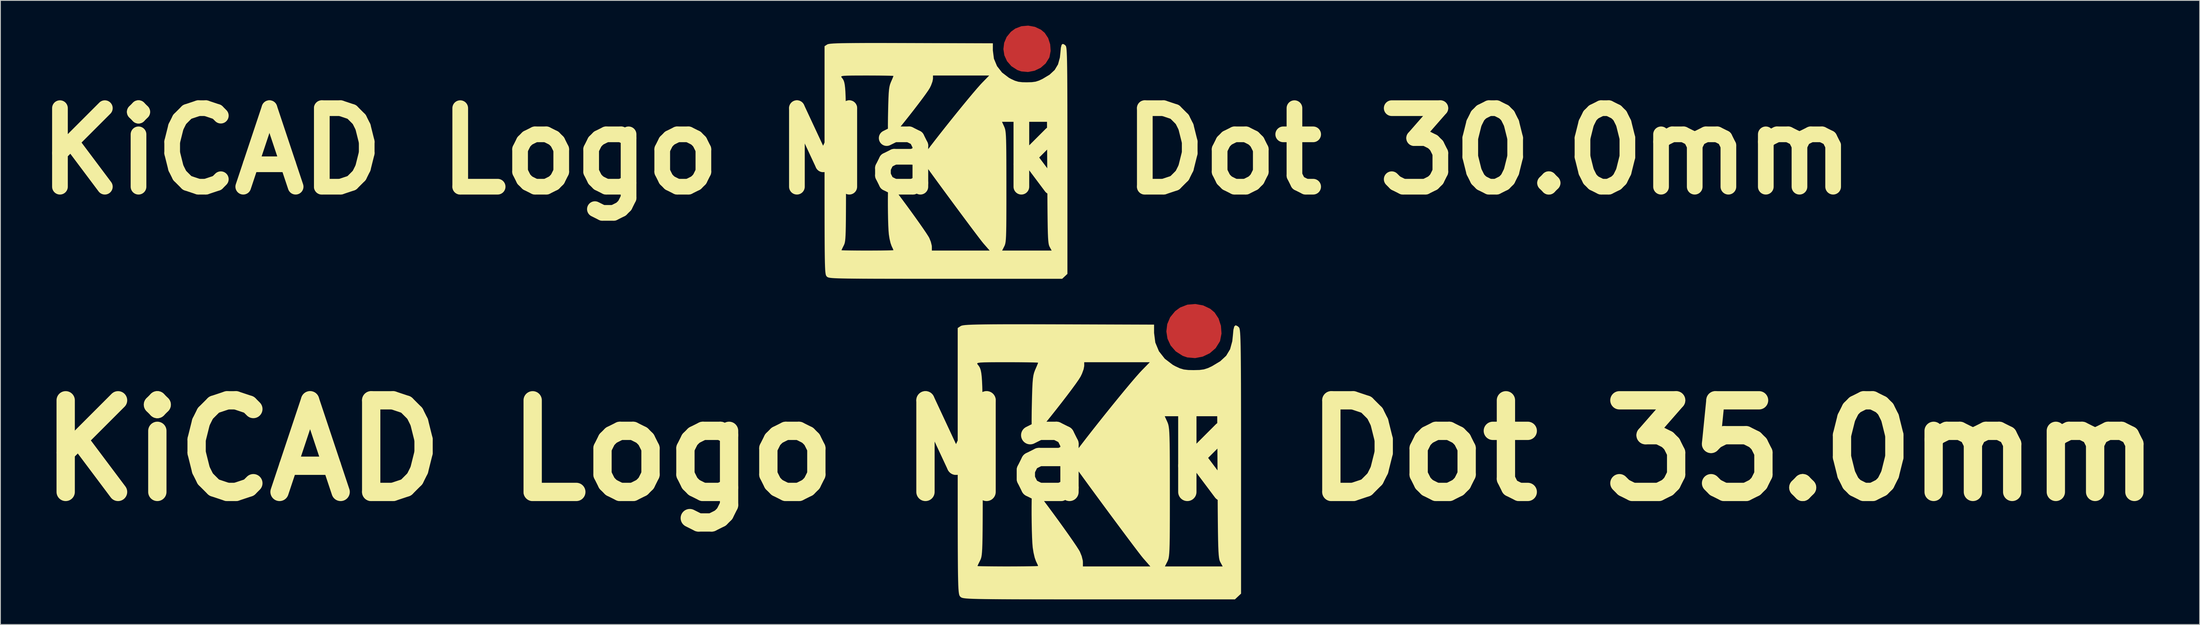
<source format=kicad_pcb>
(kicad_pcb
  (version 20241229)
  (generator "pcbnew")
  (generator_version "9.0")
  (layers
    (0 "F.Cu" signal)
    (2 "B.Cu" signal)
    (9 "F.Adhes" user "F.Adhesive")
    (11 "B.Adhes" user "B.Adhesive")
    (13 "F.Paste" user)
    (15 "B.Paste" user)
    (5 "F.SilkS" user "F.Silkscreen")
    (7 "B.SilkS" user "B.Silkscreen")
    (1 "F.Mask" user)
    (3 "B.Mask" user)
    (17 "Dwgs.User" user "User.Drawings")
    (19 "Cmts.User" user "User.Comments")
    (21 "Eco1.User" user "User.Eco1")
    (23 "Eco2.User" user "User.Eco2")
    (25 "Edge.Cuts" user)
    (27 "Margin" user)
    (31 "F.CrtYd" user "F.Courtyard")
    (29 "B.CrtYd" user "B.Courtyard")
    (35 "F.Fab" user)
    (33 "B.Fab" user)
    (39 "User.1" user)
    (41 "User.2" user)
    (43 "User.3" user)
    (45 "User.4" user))
  (footprint "KiCAD Logo Mask Dot 30.0mm"
    (layer "F.Cu")
    (at 109.872 14.991)
    (property "Reference" "KiCAD Logo Mask Dot 30.0mm" (at 0 0 180) (layer "F.SilkS") (effects (font (size 9.372 9.372) (thickness 1.872))))
    (attr board_only exclude_from_pos_files exclude_from_bom)
    (fp_poly (pts (xy 10.546 -14.838) (xy 11.273 -14.492) (xy 11.713 -14.12) (xy 12.122 -13.502) (xy 12.364 -12.753) (xy 12.422 -11.966) (xy 12.28 -11.231) (xy 12.244 -11.139) (xy 11.822 -10.467) (xy 11.222 -9.946) (xy 10.5 -9.6) (xy 9.715 -9.45) (xy 8.923 -9.518) (xy 8.451 -9.681) (xy 7.734 -10.143) (xy 7.214 -10.743) (xy 6.896 -11.436) (xy 6.781 -12.178) (xy 6.871 -12.924) (xy 7.169 -13.629) (xy 7.677 -14.248) (xy 8.192 -14.627) (xy 8.936 -14.916) (xy 9.744 -14.983)) (stroke (width 0) (type solid)) (fill yes) (layer "F.Cu"))
    (fp_poly (pts (xy 10.517 -14.846) (xy 11.244 -14.499) (xy 11.684 -14.128) (xy 12.093 -13.51) (xy 12.335 -12.761) (xy 12.393 -11.974) (xy 12.251 -11.239) (xy 12.215 -11.147) (xy 11.793 -10.475) (xy 11.193 -9.954) (xy 10.471 -9.608) (xy 9.686 -9.458) (xy 8.894 -9.526) (xy 8.423 -9.689) (xy 7.705 -10.151) (xy 7.186 -10.751) (xy 6.867 -11.444) (xy 6.752 -12.186) (xy 6.842 -12.932) (xy 7.14 -13.637) (xy 7.648 -14.256) (xy 8.163 -14.635) (xy 8.907 -14.924) (xy 9.715 -14.991)) (stroke (width 0) (type solid)) (fill yes) (layer "F.Mask"))
    (fp_poly (pts (xy -7.052 -12.909) (xy -5.317 -12.905) (xy -4.207 -12.902) (xy 5.525 -12.875) (xy 5.525 -12.026) (xy 5.652 -11.038) (xy 6.022 -10.15) (xy 6.623 -9.383) (xy 7.441 -8.76) (xy 7.711 -8.612) (xy 8.163 -8.404) (xy 8.566 -8.285) (xy 9.031 -8.231) (xy 9.568 -8.22) (xy 10.175 -8.236) (xy 10.626 -8.296) (xy 11.032 -8.427) (xy 11.442 -8.618) (xy 12.289 -9.125) (xy 12.898 -9.69) (xy 13.299 -10.358) (xy 13.522 -11.172) (xy 13.584 -11.758) (xy 13.639 -12.35) (xy 13.728 -12.693) (xy 13.866 -12.808) (xy 14.07 -12.716) (xy 14.208 -12.591) (xy 14.243 -12.535) (xy 14.273 -12.434) (xy 14.301 -12.269) (xy 14.324 -12.028) (xy 14.344 -11.693) (xy 14.362 -11.249) (xy 14.376 -10.681) (xy 14.388 -9.974) (xy 14.398 -9.112) (xy 14.405 -8.08) (xy 14.411 -6.861) (xy 14.415 -5.442) (xy 14.417 -3.805) (xy 14.419 -1.937) (xy 14.42 0.18) (xy 14.42 1.132) (xy 14.42 14.642) (xy 14.108 14.935) (xy 13.796 15.228) (xy -0.11 15.228) (xy -2.349 15.228) (xy -4.335 15.228) (xy -6.082 15.226) (xy -7.606 15.224) (xy -8.924 15.221) (xy -10.05 15.216) (xy -11 15.209) (xy -11.79 15.201) (xy -12.435 15.189) (xy -12.952 15.175) (xy -13.355 15.158) (xy -13.66 15.138) (xy -13.884 15.114) (xy -14.041 15.086) (xy -14.146 15.053) (xy -14.217 15.017) (xy -14.268 14.975) (xy -14.285 14.959) (xy -14.329 14.91) (xy -14.367 14.848) (xy -14.402 14.756) (xy -14.431 14.618) (xy -14.457 14.418) (xy -14.479 14.142) (xy -14.497 13.772) (xy -14.512 13.293) (xy -14.524 12.69) (xy -14.534 11.946) (xy -14.541 11.046) (xy -14.546 9.973) (xy -14.55 8.713) (xy -14.552 7.25) (xy -14.554 5.567) (xy -14.554 3.648) (xy -14.554 1.479) (xy -14.554 1.081) (xy -14.554 -8.867) (xy -12.561 -8.867) (xy -12.512 -8.793) (xy -12.413 -8.669) (xy -12.328 -8.539) (xy -12.254 -8.383) (xy -12.193 -8.182) (xy -12.142 -7.915) (xy -12.1 -7.564) (xy -12.067 -7.108) (xy -12.042 -6.529) (xy -12.023 -5.806) (xy -12.01 -4.92) (xy -12.002 -3.851) (xy -11.997 -2.579) (xy -11.995 -1.086) (xy -11.994 0.649) (xy -11.994 1.46) (xy -11.994 3.267) (xy -11.995 4.823) (xy -11.997 6.15) (xy -12.002 7.267) (xy -12.008 8.194) (xy -12.018 8.951) (xy -12.031 9.557) (xy -12.048 10.033) (xy -12.07 10.398) (xy -12.097 10.673) (xy -12.13 10.876) (xy -12.169 11.029) (xy -12.214 11.15) (xy -12.263 11.253) (xy -12.427 11.581) (xy -12.522 11.789) (xy -12.533 11.82) (xy -12.404 11.831) (xy -12.044 11.841) (xy -11.489 11.849) (xy -10.778 11.855) (xy -9.948 11.859) (xy -9.433 11.859) (xy -8.552 11.857) (xy -7.768 11.852) (xy -7.119 11.843) (xy -6.643 11.833) (xy -6.377 11.82) (xy -6.334 11.812) (xy -6.388 11.673) (xy -6.521 11.391) (xy -6.553 11.326) (xy -6.681 10.965) (xy -6.802 10.449) (xy -6.884 9.924) (xy -6.921 9.478) (xy -6.952 8.871) (xy -6.975 8.15) (xy -6.99 7.36) (xy -6.998 6.548) (xy -6.999 5.759) (xy -6.991 5.039) (xy -6.976 4.434) (xy -6.952 3.99) (xy -6.92 3.753) (xy -6.907 3.727) (xy -6.803 3.813) (xy -6.569 4.089) (xy -6.226 4.52) (xy -5.8 5.077) (xy -5.313 5.726) (xy -4.788 6.435) (xy -4.249 7.173) (xy -3.72 7.907) (xy -3.224 8.605) (xy -2.784 9.236) (xy -2.424 9.766) (xy -2.168 10.165) (xy -2.059 10.355) (xy -1.874 10.812) (xy -1.765 11.258) (xy -1.752 11.41) (xy -1.752 11.859) (xy 1.696 11.859) (xy 5.144 11.859) (xy 4.407 11.017) (xy 4.216 10.782) (xy 3.889 10.358) (xy 3.446 9.774) (xy 2.909 9.061) (xy 2.3 8.245) (xy 1.64 7.358) (xy 0.951 6.428) (xy 0.254 5.484) (xy -0.429 4.556) (xy -1.077 3.672) (xy -1.668 2.862) (xy -2.18 2.155) (xy -2.593 1.581) (xy -2.884 1.167) (xy -3.02 0.963) (xy -2.959 0.828) (xy -2.747 0.513) (xy -2.404 0.042) (xy -1.952 -0.559) (xy -1.41 -1.263) (xy -0.8 -2.044) (xy -0.143 -2.876) (xy 0.357 -3.504) (xy 6.617 -3.504) (xy 6.877 -2.931) (xy 6.936 -2.788) (xy 6.986 -2.627) (xy 7.026 -2.424) (xy 7.059 -2.154) (xy 7.085 -1.794) (xy 7.104 -1.319) (xy 7.118 -0.705) (xy 7.128 0.072) (xy 7.134 1.036) (xy 7.137 2.212) (xy 7.139 3.624) (xy 7.139 4.25) (xy 7.14 5.761) (xy 7.138 7.027) (xy 7.134 8.071) (xy 7.127 8.917) (xy 7.115 9.589) (xy 7.099 10.112) (xy 7.076 10.508) (xy 7.047 10.803) (xy 7.01 11.019) (xy 6.965 11.181) (xy 6.91 11.313) (xy 6.887 11.359) (xy 6.632 11.859) (xy 9.586 11.859) (xy 12.54 11.859) (xy 12.301 11.421) (xy 12.248 11.308) (xy 12.203 11.161) (xy 12.166 10.959) (xy 12.135 10.679) (xy 12.109 10.299) (xy 12.088 9.796) (xy 12.071 9.148) (xy 12.058 8.333) (xy 12.046 7.328) (xy 12.036 6.11) (xy 12.027 4.658) (xy 12.022 3.74) (xy 11.983 -3.504) (xy 9.3 -3.504) (xy 6.617 -3.504) (xy 0.357 -3.504) (xy 0.541 -3.734) (xy 1.231 -4.591) (xy 1.906 -5.421) (xy 2.546 -6.198) (xy 3.129 -6.896) (xy 3.636 -7.489) (xy 4.045 -7.951) (xy 4.263 -8.183) (xy 5.089 -9.029) (xy 1.736 -9.029) (xy -1.617 -9.029) (xy -1.617 -8.64) (xy -1.681 -8.305) (xy -1.844 -7.859) (xy -1.988 -7.56) (xy -2.175 -7.259) (xy -2.486 -6.812) (xy -2.895 -6.252) (xy -3.379 -5.611) (xy -3.911 -4.918) (xy -4.467 -4.207) (xy -5.021 -3.51) (xy -5.549 -2.856) (xy -6.026 -2.279) (xy -6.426 -1.811) (xy -6.725 -1.481) (xy -6.897 -1.323) (xy -6.925 -1.315) (xy -6.958 -1.466) (xy -6.981 -1.85) (xy -6.993 -2.431) (xy -6.996 -3.174) (xy -6.987 -4.043) (xy -6.978 -4.504) (xy -6.955 -5.521) (xy -6.93 -6.307) (xy -6.901 -6.904) (xy -6.863 -7.351) (xy -6.812 -7.687) (xy -6.746 -7.954) (xy -6.66 -8.189) (xy -6.623 -8.275) (xy -6.461 -8.65) (xy -6.356 -8.909) (xy -6.334 -8.979) (xy -6.462 -8.993) (xy -6.823 -9.006) (xy -7.38 -9.016) (xy -8.094 -9.024) (xy -8.93 -9.028) (xy -9.522 -9.029) (xy -10.527 -9.028) (xy -11.292 -9.024) (xy -11.847 -9.013) (xy -12.222 -8.995) (xy -12.446 -8.966) (xy -12.549 -8.924) (xy -12.561 -8.867) (xy -14.554 -8.867) (xy -14.554 -12.527) (xy -14.247 -12.728) (xy -14.16 -12.767) (xy -14.015 -12.8) (xy -13.792 -12.828) (xy -13.474 -12.852) (xy -13.042 -12.871) (xy -12.479 -12.886) (xy -11.766 -12.897) (xy -10.885 -12.904) (xy -9.818 -12.909) (xy -8.546 -12.91)) (stroke (width 0) (type solid)) (fill yes) (layer "F.SilkS")))
  (footprint "KiCAD Logo Mask Dot 35.0mm"
    (layer "F.Cu")
    (at 128.184 50.708)
    (property "Reference" "KiCAD Logo Mask Dot 35.0mm" (at 0 0 180) (layer "F.SilkS") (effects (font (size 10.934 10.934) (thickness 2.184))))
    (attr board_only exclude_from_pos_files exclude_from_bom)
    (fp_poly (pts (xy 12.304 -17.311) (xy 13.152 -16.907) (xy 13.665 -16.473) (xy 14.142 -15.752) (xy 14.424 -14.878) (xy 14.492 -13.96) (xy 14.327 -13.103) (xy 14.284 -12.996) (xy 13.792 -12.211) (xy 13.092 -11.604) (xy 12.25 -11.2) (xy 11.334 -11.025) (xy 10.41 -11.104) (xy 9.86 -11.294) (xy 9.023 -11.833) (xy 8.417 -12.533) (xy 8.045 -13.342) (xy 7.911 -14.208) (xy 8.016 -15.078) (xy 8.364 -15.9) (xy 8.957 -16.623) (xy 9.557 -17.064) (xy 10.425 -17.402) (xy 11.368 -17.48)) (stroke (width 0) (type solid)) (fill yes) (layer "F.Cu"))
    (fp_poly (pts (xy 12.27 -17.32) (xy 13.118 -16.916) (xy 13.632 -16.482) (xy 14.109 -15.761) (xy 14.391 -14.888) (xy 14.458 -13.969) (xy 14.293 -13.113) (xy 14.251 -13.005) (xy 13.759 -12.221) (xy 13.058 -11.613) (xy 12.216 -11.209) (xy 11.3 -11.034) (xy 10.377 -11.114) (xy 9.826 -11.304) (xy 8.989 -11.842) (xy 8.383 -12.542) (xy 8.012 -13.351) (xy 7.877 -14.217) (xy 7.982 -15.087) (xy 8.33 -15.91) (xy 8.923 -16.632) (xy 9.524 -17.074) (xy 10.391 -17.411) (xy 11.334 -17.489)) (stroke (width 0) (type solid)) (fill yes) (layer "F.Mask"))
    (fp_poly (pts (xy -8.227 -15.06) (xy -6.203 -15.056) (xy -4.909 -15.053) (xy 6.446 -15.021) (xy 6.446 -14.03) (xy 6.594 -12.877) (xy 7.026 -11.841) (xy 7.727 -10.947) (xy 8.681 -10.22) (xy 8.997 -10.047) (xy 9.524 -9.804) (xy 9.994 -9.665) (xy 10.536 -9.603) (xy 11.163 -9.591) (xy 11.871 -9.608) (xy 12.397 -9.679) (xy 12.871 -9.831) (xy 13.349 -10.054) (xy 14.337 -10.646) (xy 15.048 -11.305) (xy 15.515 -12.084) (xy 15.775 -13.035) (xy 15.848 -13.718) (xy 15.912 -14.408) (xy 16.016 -14.808) (xy 16.177 -14.943) (xy 16.415 -14.835) (xy 16.576 -14.689) (xy 16.616 -14.625) (xy 16.652 -14.506) (xy 16.684 -14.314) (xy 16.712 -14.032) (xy 16.735 -13.641) (xy 16.755 -13.124) (xy 16.772 -12.462) (xy 16.786 -11.637) (xy 16.797 -10.631) (xy 16.806 -9.426) (xy 16.813 -8.005) (xy 16.817 -6.349) (xy 16.82 -4.44) (xy 16.822 -2.259) (xy 16.823 0.21) (xy 16.823 1.32) (xy 16.823 17.082) (xy 16.459 17.424) (xy 16.095 17.766) (xy -0.128 17.766) (xy -2.741 17.766) (xy -5.057 17.766) (xy -7.095 17.764) (xy -8.874 17.762) (xy -10.411 17.758) (xy -11.725 17.752) (xy -12.833 17.744) (xy -13.755 17.734) (xy -14.508 17.721) (xy -15.111 17.704) (xy -15.581 17.684) (xy -15.937 17.661) (xy -16.198 17.632) (xy -16.381 17.6) (xy -16.504 17.562) (xy -16.587 17.519) (xy -16.646 17.471) (xy -16.666 17.452) (xy -16.717 17.395) (xy -16.762 17.323) (xy -16.802 17.215) (xy -16.836 17.054) (xy -16.866 16.821) (xy -16.892 16.498) (xy -16.913 16.067) (xy -16.93 15.508) (xy -16.945 14.805) (xy -16.956 13.937) (xy -16.964 12.887) (xy -16.971 11.636) (xy -16.975 10.166) (xy -16.978 8.458) (xy -16.979 6.494) (xy -16.98 4.256) (xy -16.98 1.726) (xy -16.98 1.261) (xy -16.98 -10.345) (xy -14.655 -10.345) (xy -14.598 -10.259) (xy -14.482 -10.114) (xy -14.382 -9.962) (xy -14.297 -9.78) (xy -14.225 -9.545) (xy -14.165 -9.234) (xy -14.117 -8.825) (xy -14.079 -8.293) (xy -14.049 -7.617) (xy -14.027 -6.773) (xy -14.012 -5.74) (xy -14.002 -4.492) (xy -13.996 -3.009) (xy -13.994 -1.267) (xy -13.993 0.757) (xy -13.993 1.704) (xy -13.993 3.811) (xy -13.994 5.627) (xy -13.997 7.175) (xy -14.002 8.478) (xy -14.01 9.56) (xy -14.021 10.442) (xy -14.036 11.15) (xy -14.056 11.705) (xy -14.082 12.131) (xy -14.113 12.451) (xy -14.151 12.689) (xy -14.197 12.867) (xy -14.25 13.009) (xy -14.307 13.128) (xy -14.498 13.511) (xy -14.609 13.754) (xy -14.622 13.79) (xy -14.472 13.803) (xy -14.051 13.815) (xy -13.404 13.824) (xy -12.574 13.831) (xy -11.606 13.835) (xy -11.006 13.836) (xy -9.977 13.833) (xy -9.062 13.827) (xy -8.305 13.817) (xy -7.75 13.805) (xy -7.44 13.79) (xy -7.389 13.781) (xy -7.453 13.619) (xy -7.608 13.289) (xy -7.645 13.214) (xy -7.795 12.792) (xy -7.935 12.191) (xy -8.032 11.578) (xy -8.075 11.057) (xy -8.11 10.35) (xy -8.137 9.508) (xy -8.155 8.587) (xy -8.165 7.639) (xy -8.165 6.718) (xy -8.156 5.878) (xy -8.138 5.172) (xy -8.111 4.655) (xy -8.074 4.378) (xy -8.058 4.348) (xy -7.937 4.449) (xy -7.663 4.77) (xy -7.264 5.274) (xy -6.767 5.923) (xy -6.198 6.68) (xy -5.586 7.508) (xy -4.957 8.368) (xy -4.34 9.225) (xy -3.761 10.039) (xy -3.248 10.775) (xy -2.828 11.394) (xy -2.529 11.859) (xy -2.402 12.081) (xy -2.186 12.614) (xy -2.059 13.134) (xy -2.044 13.312) (xy -2.044 13.836) (xy 1.979 13.836) (xy 6.001 13.836) (xy 5.141 12.853) (xy 4.919 12.579) (xy 4.537 12.084) (xy 4.02 11.403) (xy 3.394 10.571) (xy 2.684 9.62) (xy 1.914 8.585) (xy 1.109 7.5) (xy 0.296 6.398) (xy -0.501 5.315) (xy -1.257 4.284) (xy -1.946 3.339) (xy -2.544 2.515) (xy -3.025 1.844) (xy -3.364 1.362) (xy -3.524 1.123) (xy -3.452 0.967) (xy -3.205 0.598) (xy -2.805 0.049) (xy -2.277 -0.652) (xy -1.645 -1.473) (xy -0.934 -2.384) (xy -0.167 -3.355) (xy 0.417 -4.088) (xy 7.719 -4.088) (xy 8.023 -3.42) (xy 8.092 -3.253) (xy 8.15 -3.065) (xy 8.197 -2.827) (xy 8.236 -2.513) (xy 8.266 -2.093) (xy 8.288 -1.539) (xy 8.305 -0.823) (xy 8.316 0.084) (xy 8.323 1.209) (xy 8.327 2.581) (xy 8.329 4.228) (xy 8.329 4.959) (xy 8.33 6.722) (xy 8.328 8.198) (xy 8.323 9.416) (xy 8.315 10.403) (xy 8.301 11.187) (xy 8.282 11.797) (xy 8.255 12.259) (xy 8.221 12.603) (xy 8.178 12.856) (xy 8.125 13.045) (xy 8.062 13.199) (xy 8.035 13.252) (xy 7.738 13.836) (xy 11.184 13.836) (xy 14.63 13.836) (xy 14.351 13.325) (xy 14.289 13.192) (xy 14.237 13.022) (xy 14.193 12.786) (xy 14.157 12.459) (xy 14.127 12.016) (xy 14.103 11.429) (xy 14.083 10.673) (xy 14.067 9.722) (xy 14.054 8.549) (xy 14.042 7.128) (xy 14.032 5.434) (xy 14.026 4.363) (xy 13.98 -4.088) (xy 10.85 -4.088) (xy 7.719 -4.088) (xy 0.417 -4.088) (xy 0.631 -4.356) (xy 1.436 -5.356) (xy 2.224 -6.324) (xy 2.97 -7.231) (xy 3.651 -8.045) (xy 4.242 -8.737) (xy 4.719 -9.276) (xy 4.973 -9.547) (xy 5.937 -10.534) (xy 2.025 -10.534) (xy -1.887 -10.534) (xy -1.887 -10.08) (xy -1.961 -9.689) (xy -2.151 -9.169) (xy -2.319 -8.82) (xy -2.537 -8.469) (xy -2.9 -7.948) (xy -3.378 -7.295) (xy -3.942 -6.546) (xy -4.563 -5.738) (xy -5.211 -4.909) (xy -5.858 -4.094) (xy -6.474 -3.332) (xy -7.03 -2.659) (xy -7.497 -2.112) (xy -7.846 -1.728) (xy -8.047 -1.544) (xy -8.079 -1.535) (xy -8.117 -1.71) (xy -8.144 -2.158) (xy -8.159 -2.837) (xy -8.162 -3.703) (xy -8.152 -4.717) (xy -8.141 -5.255) (xy -8.114 -6.441) (xy -8.085 -7.358) (xy -8.051 -8.055) (xy -8.006 -8.576) (xy -7.948 -8.969) (xy -7.87 -9.279) (xy -7.77 -9.554) (xy -7.727 -9.654) (xy -7.538 -10.091) (xy -7.415 -10.394) (xy -7.389 -10.475) (xy -7.539 -10.492) (xy -7.961 -10.506) (xy -8.61 -10.519) (xy -9.443 -10.528) (xy -10.418 -10.533) (xy -11.109 -10.534) (xy -12.281 -10.533) (xy -13.174 -10.528) (xy -13.822 -10.516) (xy -14.259 -10.494) (xy -14.521 -10.46) (xy -14.641 -10.411) (xy -14.655 -10.345) (xy -16.98 -10.345) (xy -16.98 -14.614) (xy -16.622 -14.849) (xy -16.52 -14.895) (xy -16.35 -14.934) (xy -16.09 -14.967) (xy -15.719 -14.994) (xy -15.216 -15.016) (xy -14.559 -15.033) (xy -13.727 -15.046) (xy -12.7 -15.055) (xy -11.454 -15.06) (xy -9.971 -15.062)) (stroke (width 0) (type solid)) (fill yes) (layer "F.SilkS")))
  (gr_rect
    (start -3 -3)
    (end 259.368 71.474)
    (stroke (width 0.1) (type default))
    (fill no)
    (layer "Edge.Cuts")))
</source>
